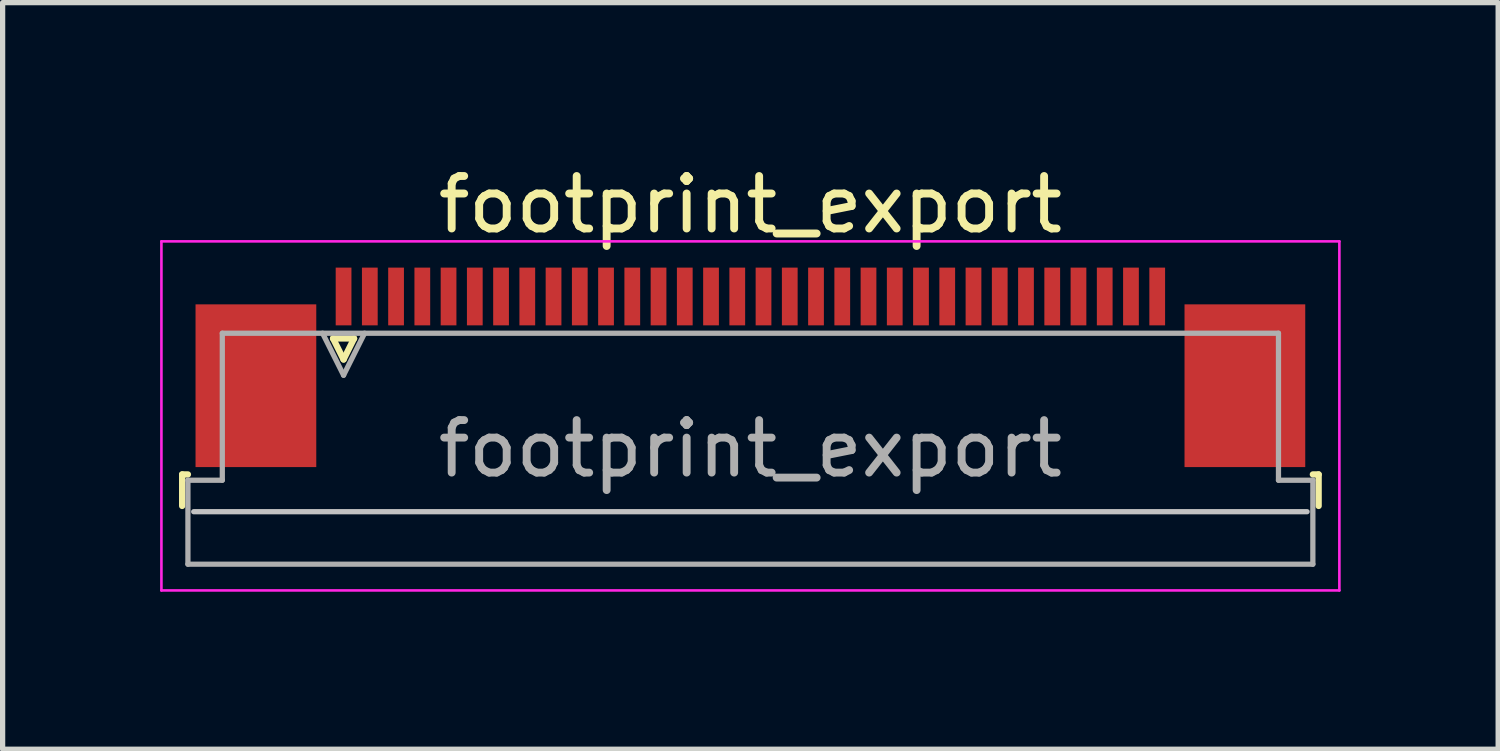
<source format=kicad_pcb>
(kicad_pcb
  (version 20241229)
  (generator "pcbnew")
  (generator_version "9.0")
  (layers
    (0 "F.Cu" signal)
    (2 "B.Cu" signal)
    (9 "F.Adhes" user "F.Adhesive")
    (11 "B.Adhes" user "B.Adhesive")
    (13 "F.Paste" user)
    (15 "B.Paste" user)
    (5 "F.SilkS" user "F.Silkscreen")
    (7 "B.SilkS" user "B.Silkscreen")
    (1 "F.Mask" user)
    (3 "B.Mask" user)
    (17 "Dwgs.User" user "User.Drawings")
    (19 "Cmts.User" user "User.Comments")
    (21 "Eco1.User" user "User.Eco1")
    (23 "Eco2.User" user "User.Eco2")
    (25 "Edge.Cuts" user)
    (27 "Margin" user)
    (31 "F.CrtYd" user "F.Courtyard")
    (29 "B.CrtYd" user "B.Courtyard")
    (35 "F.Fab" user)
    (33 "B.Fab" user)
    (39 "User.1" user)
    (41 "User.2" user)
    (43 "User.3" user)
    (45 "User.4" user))
  (footprint "footprint_export"
    (layer "F.Cu")
    (at 11.245 3.948)
    (property "Reference" "footprint_export" (at 0 -3.1 0) (layer "F.SilkS") (effects (font (size 1 1) (thickness 0.15))))
    (attr smd)
    (fp_line (start -10.825 2.04) (end -10.825 2.64) (stroke (width 0.12) (type solid)) (layer "F.SilkS"))
    (fp_line (start -10.715 2.04) (end -10.825 2.04) (stroke (width 0.12) (type solid)) (layer "F.SilkS"))
    (fp_line (start -7.95 -0.55) (end -7.75 -0.15) (stroke (width 0.12) (type solid)) (layer "F.SilkS"))
    (fp_line (start -7.75 -0.15) (end -7.55 -0.55) (stroke (width 0.12) (type solid)) (layer "F.SilkS"))
    (fp_line (start -7.55 -0.55) (end -7.95 -0.55) (stroke (width 0.12) (type solid)) (layer "F.SilkS"))
    (fp_line (start 10.715 2.04) (end 10.825 2.04) (stroke (width 0.12) (type solid)) (layer "F.SilkS"))
    (fp_line (start 10.825 2.04) (end 10.825 2.64) (stroke (width 0.12) (type solid)) (layer "F.SilkS"))
    (fp_line (start 10.605 2.75) (end -10.605 2.75) (stroke (width 0.1) (type solid)) (layer "Dwgs.User"))
    (fp_line (start -11.22 -2.4) (end -11.22 4.25) (stroke (width 0.05) (type solid)) (layer "F.CrtYd"))
    (fp_line (start -11.22 4.25) (end 11.22 4.25) (stroke (width 0.05) (type solid)) (layer "F.CrtYd"))
    (fp_line (start 11.22 -2.4) (end -11.22 -2.4) (stroke (width 0.05) (type solid)) (layer "F.CrtYd"))
    (fp_line (start 11.22 4.25) (end 11.22 -2.4) (stroke (width 0.05) (type solid)) (layer "F.CrtYd"))
    (fp_line (start -10.715 2.15) (end -10.06 2.15) (stroke (width 0.1) (type solid)) (layer "F.Fab"))
    (fp_line (start -10.715 3.75) (end -10.715 2.15) (stroke (width 0.1) (type solid)) (layer "F.Fab"))
    (fp_line (start -10.06 -0.65) (end 10.06 -0.65) (stroke (width 0.1) (type solid)) (layer "F.Fab"))
    (fp_line (start -10.06 2.15) (end -10.06 -0.65) (stroke (width 0.1) (type solid)) (layer "F.Fab"))
    (fp_line (start -8.15 -0.65) (end -7.75 0.15) (stroke (width 0.1) (type solid)) (layer "F.Fab"))
    (fp_line (start -7.75 0.15) (end -7.35 -0.65) (stroke (width 0.1) (type solid)) (layer "F.Fab"))
    (fp_line (start 10.06 -0.65) (end 10.06 2.15) (stroke (width 0.1) (type solid)) (layer "F.Fab"))
    (fp_line (start 10.06 2.15) (end 10.715 2.15) (stroke (width 0.1) (type solid)) (layer "F.Fab"))
    (fp_line (start 10.715 2.15) (end 10.715 3.75) (stroke (width 0.1) (type solid)) (layer "F.Fab"))
    (fp_line (start 10.715 3.75) (end -10.715 3.75) (stroke (width 0.1) (type solid)) (layer "F.Fab"))
    (fp_text user "${REFERENCE}" (at 0 1.55 0) (layer "F.Fab") (effects (font (size 1 1) (thickness 0.15))))
    (pad "1" smd rect (at -7.75 -1.35) (size 0.3 1.1) (layers "F.Cu" "F.Mask" "F.Paste"))
    (pad "2" smd rect (at -7.25 -1.35) (size 0.3 1.1) (layers "F.Cu" "F.Mask" "F.Paste"))
    (pad "3" smd rect (at -6.75 -1.35) (size 0.3 1.1) (layers "F.Cu" "F.Mask" "F.Paste"))
    (pad "4" smd rect (at -6.25 -1.35) (size 0.3 1.1) (layers "F.Cu" "F.Mask" "F.Paste"))
    (pad "5" smd rect (at -5.75 -1.35) (size 0.3 1.1) (layers "F.Cu" "F.Mask" "F.Paste"))
    (pad "6" smd rect (at -5.25 -1.35) (size 0.3 1.1) (layers "F.Cu" "F.Mask" "F.Paste"))
    (pad "7" smd rect (at -4.75 -1.35) (size 0.3 1.1) (layers "F.Cu" "F.Mask" "F.Paste"))
    (pad "8" smd rect (at -4.25 -1.35) (size 0.3 1.1) (layers "F.Cu" "F.Mask" "F.Paste"))
    (pad "9" smd rect (at -3.75 -1.35) (size 0.3 1.1) (layers "F.Cu" "F.Mask" "F.Paste"))
    (pad "10" smd rect (at -3.25 -1.35) (size 0.3 1.1) (layers "F.Cu" "F.Mask" "F.Paste"))
    (pad "11" smd rect (at -2.75 -1.35) (size 0.3 1.1) (layers "F.Cu" "F.Mask" "F.Paste"))
    (pad "12" smd rect (at -2.25 -1.35) (size 0.3 1.1) (layers "F.Cu" "F.Mask" "F.Paste"))
    (pad "13" smd rect (at -1.75 -1.35) (size 0.3 1.1) (layers "F.Cu" "F.Mask" "F.Paste"))
    (pad "14" smd rect (at -1.25 -1.35) (size 0.3 1.1) (layers "F.Cu" "F.Mask" "F.Paste"))
    (pad "15" smd rect (at -0.75 -1.35) (size 0.3 1.1) (layers "F.Cu" "F.Mask" "F.Paste"))
    (pad "16" smd rect (at -0.25 -1.35) (size 0.3 1.1) (layers "F.Cu" "F.Mask" "F.Paste"))
    (pad "17" smd rect (at 0.25 -1.35) (size 0.3 1.1) (layers "F.Cu" "F.Mask" "F.Paste"))
    (pad "18" smd rect (at 0.75 -1.35) (size 0.3 1.1) (layers "F.Cu" "F.Mask" "F.Paste"))
    (pad "19" smd rect (at 1.25 -1.35) (size 0.3 1.1) (layers "F.Cu" "F.Mask" "F.Paste"))
    (pad "20" smd rect (at 1.75 -1.35) (size 0.3 1.1) (layers "F.Cu" "F.Mask" "F.Paste"))
    (pad "21" smd rect (at 2.25 -1.35) (size 0.3 1.1) (layers "F.Cu" "F.Mask" "F.Paste"))
    (pad "22" smd rect (at 2.75 -1.35) (size 0.3 1.1) (layers "F.Cu" "F.Mask" "F.Paste"))
    (pad "23" smd rect (at 3.25 -1.35) (size 0.3 1.1) (layers "F.Cu" "F.Mask" "F.Paste"))
    (pad "24" smd rect (at 3.75 -1.35) (size 0.3 1.1) (layers "F.Cu" "F.Mask" "F.Paste"))
    (pad "25" smd rect (at 4.25 -1.35) (size 0.3 1.1) (layers "F.Cu" "F.Mask" "F.Paste"))
    (pad "26" smd rect (at 4.75 -1.35) (size 0.3 1.1) (layers "F.Cu" "F.Mask" "F.Paste"))
    (pad "27" smd rect (at 5.25 -1.35) (size 0.3 1.1) (layers "F.Cu" "F.Mask" "F.Paste"))
    (pad "28" smd rect (at 5.75 -1.35) (size 0.3 1.1) (layers "F.Cu" "F.Mask" "F.Paste"))
    (pad "29" smd rect (at 6.25 -1.35) (size 0.3 1.1) (layers "F.Cu" "F.Mask" "F.Paste"))
    (pad "30" smd rect (at 6.75 -1.35) (size 0.3 1.1) (layers "F.Cu" "F.Mask" "F.Paste"))
    (pad "31" smd rect (at 7.25 -1.35) (size 0.3 1.1) (layers "F.Cu" "F.Mask" "F.Paste"))
    (pad "32" smd rect (at 7.75 -1.35) (size 0.3 1.1) (layers "F.Cu" "F.Mask" "F.Paste"))
    (pad "MP" smd rect (at -9.42 0.35) (size 2.3 3.1) (layers "F.Cu" "F.Mask" "F.Paste"))
    (pad "MP" smd rect (at 9.42 0.35) (size 2.3 3.1) (layers "F.Cu" "F.Mask" "F.Paste")))
  (gr_rect
    (start -3 -3)
    (end 25.49 11.223)
    (stroke (width 0.1) (type default))
    (fill no)
    (layer "Edge.Cuts")))
</source>
